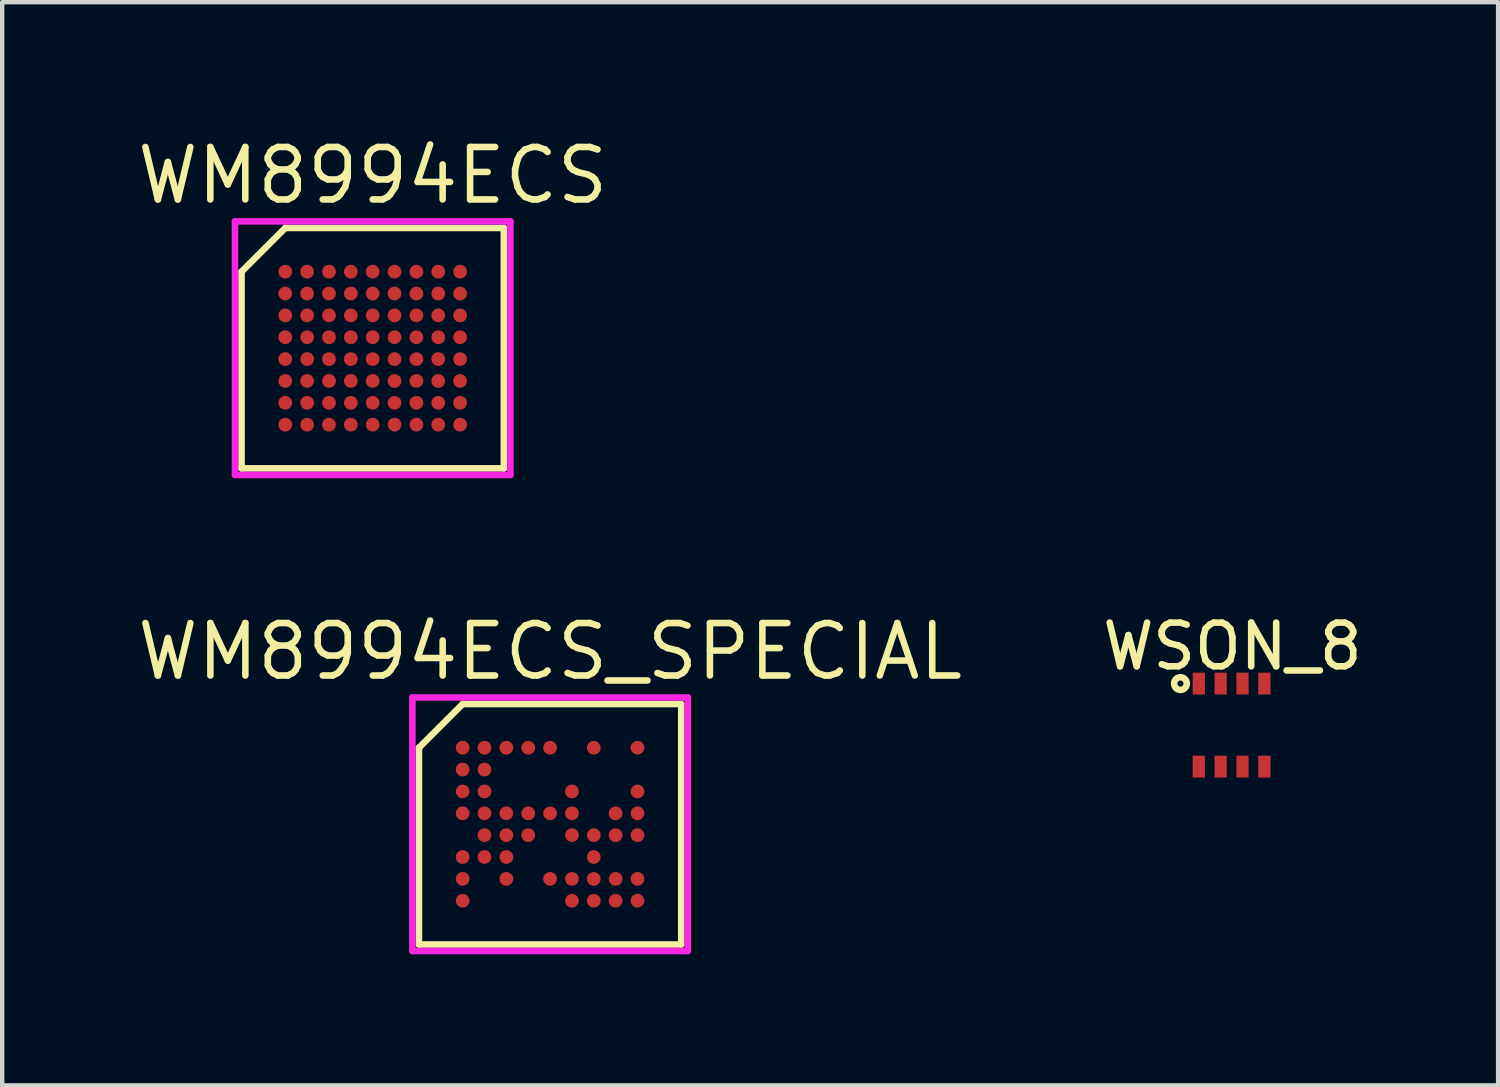
<source format=kicad_pcb>
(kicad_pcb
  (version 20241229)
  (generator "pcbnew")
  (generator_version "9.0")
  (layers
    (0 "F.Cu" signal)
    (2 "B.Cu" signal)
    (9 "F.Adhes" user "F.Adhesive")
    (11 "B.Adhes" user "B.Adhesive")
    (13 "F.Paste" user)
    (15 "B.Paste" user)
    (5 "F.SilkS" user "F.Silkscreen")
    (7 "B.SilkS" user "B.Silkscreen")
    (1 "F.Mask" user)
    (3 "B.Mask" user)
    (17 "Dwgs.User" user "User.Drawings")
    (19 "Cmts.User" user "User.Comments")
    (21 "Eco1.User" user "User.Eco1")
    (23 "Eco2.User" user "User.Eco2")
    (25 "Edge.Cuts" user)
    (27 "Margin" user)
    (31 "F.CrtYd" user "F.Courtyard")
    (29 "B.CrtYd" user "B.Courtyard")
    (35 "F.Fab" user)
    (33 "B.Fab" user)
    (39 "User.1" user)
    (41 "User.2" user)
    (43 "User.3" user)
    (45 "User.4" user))
  (footprint "WSON_8"
    (layer "F.Cu")
    (at 24.375 12.588)
    (property "Reference" "WSON_8" (at 0.77 -0.85 0) (layer "F.SilkS") (effects (font (size 1 1) (thickness 0.15))))
    (attr through_hole)
    (fp_circle (center -0.42 0) (end -0.35 0) (stroke (width 0.15) (type solid)) (fill no) (layer "F.SilkS"))
    (pad "1" smd rect (at 0 0) (size 0.28 0.5) (layers "F.Cu" "F.Mask" "F.Paste"))
    (pad "2" smd rect (at 0.5 0) (size 0.28 0.5) (layers "F.Cu" "F.Mask" "F.Paste"))
    (pad "3" smd rect (at 1 0) (size 0.28 0.5) (layers "F.Cu" "F.Mask" "F.Paste"))
    (pad "4" smd rect (at 1.5 0) (size 0.28 0.5) (layers "F.Cu" "F.Mask" "F.Paste"))
    (pad "5" smd rect (at 1.5 1.9) (size 0.28 0.5) (layers "F.Cu" "F.Mask" "F.Paste"))
    (pad "6" smd rect (at 1 1.9) (size 0.28 0.5) (layers "F.Cu" "F.Mask" "F.Paste"))
    (pad "7" smd rect (at 0.5 1.9) (size 0.28 0.5) (layers "F.Cu" "F.Mask" "F.Paste"))
    (pad "8" smd rect (at 0 1.9) (size 0.28 0.5) (layers "F.Cu" "F.Mask" "F.Paste")))
  (footprint "WM8994ECS"
    (layer "F.Cu")
    (at 5.476 4.915)
    (property "Reference" "WM8994ECS" (at 0 -3.95 0) (layer "F.SilkS") (effects (font (size 1.2 1.2) (thickness 0.15))))
    (attr through_hole)
    (fp_line (start -3 -1.75) (end -3 2.75) (stroke (width 0.15) (type solid)) (layer "F.SilkS"))
    (fp_line (start -3 2.75) (end 3 2.75) (stroke (width 0.15) (type solid)) (layer "F.SilkS"))
    (fp_line (start -2 -2.75) (end -3 -1.75) (stroke (width 0.15) (type solid)) (layer "F.SilkS"))
    (fp_line (start 3 -2.75) (end -2 -2.75) (stroke (width 0.15) (type solid)) (layer "F.SilkS"))
    (fp_line (start 3 2.75) (end 3 -2.75) (stroke (width 0.15) (type solid)) (layer "F.SilkS"))
    (fp_line (start -3.15 -2.9) (end 3.15 -2.9) (stroke (width 0.15) (type solid)) (layer "F.CrtYd"))
    (fp_line (start -3.15 2.9) (end -3.15 -2.9) (stroke (width 0.15) (type solid)) (layer "F.CrtYd"))
    (fp_line (start 3.15 -2.9) (end 3.15 2.9) (stroke (width 0.15) (type solid)) (layer "F.CrtYd"))
    (fp_line (start 3.15 2.9) (end -3.15 2.9) (stroke (width 0.15) (type solid)) (layer "F.CrtYd"))
    (pad "A1" smd circle (at -2 -1.75) (size 0.314 0.314) (layers "F.Cu" "F.Mask" "F.Paste"))
    (pad "A2" smd circle (at -1.5 -1.75) (size 0.314 0.314) (layers "F.Cu" "F.Mask" "F.Paste"))
    (pad "A3" smd circle (at -1 -1.75) (size 0.314 0.314) (layers "F.Cu" "F.Mask" "F.Paste"))
    (pad "A4" smd circle (at -0.5 -1.75) (size 0.314 0.314) (layers "F.Cu" "F.Mask" "F.Paste"))
    (pad "A5" smd circle (at 0 -1.75) (size 0.314 0.314) (layers "F.Cu" "F.Mask" "F.Paste"))
    (pad "A6" smd circle (at 0.5 -1.75) (size 0.314 0.314) (layers "F.Cu" "F.Mask" "F.Paste"))
    (pad "A7" smd circle (at 1 -1.75) (size 0.314 0.314) (layers "F.Cu" "F.Mask" "F.Paste"))
    (pad "A8" smd circle (at 1.5 -1.75) (size 0.314 0.314) (layers "F.Cu" "F.Mask" "F.Paste"))
    (pad "A9" smd circle (at 2 -1.75) (size 0.314 0.314) (layers "F.Cu" "F.Mask" "F.Paste"))
    (pad "B1" smd circle (at -2 -1.25) (size 0.314 0.314) (layers "F.Cu" "F.Mask" "F.Paste"))
    (pad "B2" smd circle (at -1.5 -1.25) (size 0.314 0.314) (layers "F.Cu" "F.Mask" "F.Paste"))
    (pad "B3" smd circle (at -1 -1.25) (size 0.314 0.314) (layers "F.Cu" "F.Mask" "F.Paste"))
    (pad "B4" smd circle (at -0.5 -1.25) (size 0.314 0.314) (layers "F.Cu" "F.Mask" "F.Paste"))
    (pad "B5" smd circle (at 0 -1.25) (size 0.314 0.314) (layers "F.Cu" "F.Mask" "F.Paste"))
    (pad "B6" smd circle (at 0.5 -1.25) (size 0.314 0.314) (layers "F.Cu" "F.Mask" "F.Paste"))
    (pad "B7" smd circle (at 1 -1.25) (size 0.314 0.314) (layers "F.Cu" "F.Mask" "F.Paste"))
    (pad "B8" smd circle (at 1.5 -1.25) (size 0.314 0.314) (layers "F.Cu" "F.Mask" "F.Paste"))
    (pad "B9" smd circle (at 2 -1.25) (size 0.314 0.314) (layers "F.Cu" "F.Mask" "F.Paste"))
    (pad "C1" smd circle (at -2 -0.75) (size 0.314 0.314) (layers "F.Cu" "F.Mask" "F.Paste"))
    (pad "C2" smd circle (at -1.5 -0.75) (size 0.314 0.314) (layers "F.Cu" "F.Mask" "F.Paste"))
    (pad "C3" smd circle (at -1 -0.75) (size 0.314 0.314) (layers "F.Cu" "F.Mask" "F.Paste"))
    (pad "C4" smd circle (at -0.5 -0.75) (size 0.314 0.314) (layers "F.Cu" "F.Mask" "F.Paste"))
    (pad "C5" smd circle (at 0 -0.75) (size 0.314 0.314) (layers "F.Cu" "F.Mask" "F.Paste"))
    (pad "C6" smd circle (at 0.5 -0.75) (size 0.314 0.314) (layers "F.Cu" "F.Mask" "F.Paste"))
    (pad "C7" smd circle (at 1 -0.75) (size 0.314 0.314) (layers "F.Cu" "F.Mask" "F.Paste"))
    (pad "C8" smd circle (at 1.5 -0.75) (size 0.314 0.314) (layers "F.Cu" "F.Mask" "F.Paste"))
    (pad "C9" smd circle (at 2 -0.75) (size 0.314 0.314) (layers "F.Cu" "F.Mask" "F.Paste"))
    (pad "D1" smd circle (at -2 -0.25) (size 0.314 0.314) (layers "F.Cu" "F.Mask" "F.Paste"))
    (pad "D2" smd circle (at -1.5 -0.25) (size 0.314 0.314) (layers "F.Cu" "F.Mask" "F.Paste"))
    (pad "D3" smd circle (at -1 -0.25) (size 0.314 0.314) (layers "F.Cu" "F.Mask" "F.Paste"))
    (pad "D4" smd circle (at -0.5 -0.25) (size 0.314 0.314) (layers "F.Cu" "F.Mask" "F.Paste"))
    (pad "D5" smd circle (at 0 -0.25) (size 0.314 0.314) (layers "F.Cu" "F.Mask" "F.Paste"))
    (pad "D6" smd circle (at 0.5 -0.25) (size 0.314 0.314) (layers "F.Cu" "F.Mask" "F.Paste"))
    (pad "D7" smd circle (at 1 -0.25) (size 0.314 0.314) (layers "F.Cu" "F.Mask" "F.Paste"))
    (pad "D8" smd circle (at 1.5 -0.25) (size 0.314 0.314) (layers "F.Cu" "F.Mask" "F.Paste"))
    (pad "D9" smd circle (at 2 -0.25) (size 0.314 0.314) (layers "F.Cu" "F.Mask" "F.Paste"))
    (pad "E1" smd circle (at -2 0.25) (size 0.314 0.314) (layers "F.Cu" "F.Mask" "F.Paste"))
    (pad "E2" smd circle (at -1.5 0.25) (size 0.314 0.314) (layers "F.Cu" "F.Mask" "F.Paste"))
    (pad "E3" smd circle (at -1 0.25) (size 0.314 0.314) (layers "F.Cu" "F.Mask" "F.Paste"))
    (pad "E4" smd circle (at -0.5 0.25) (size 0.314 0.314) (layers "F.Cu" "F.Mask" "F.Paste"))
    (pad "E5" smd circle (at 0 0.25) (size 0.314 0.314) (layers "F.Cu" "F.Mask" "F.Paste"))
    (pad "E6" smd circle (at 0.5 0.25) (size 0.314 0.314) (layers "F.Cu" "F.Mask" "F.Paste"))
    (pad "E7" smd circle (at 1 0.25) (size 0.314 0.314) (layers "F.Cu" "F.Mask" "F.Paste"))
    (pad "E8" smd circle (at 1.5 0.25) (size 0.314 0.314) (layers "F.Cu" "F.Mask" "F.Paste"))
    (pad "E9" smd circle (at 2 0.25) (size 0.314 0.314) (layers "F.Cu" "F.Mask" "F.Paste"))
    (pad "F1" smd circle (at -2 0.75) (size 0.314 0.314) (layers "F.Cu" "F.Mask" "F.Paste"))
    (pad "F2" smd circle (at -1.5 0.75) (size 0.314 0.314) (layers "F.Cu" "F.Mask" "F.Paste"))
    (pad "F3" smd circle (at -1 0.75) (size 0.314 0.314) (layers "F.Cu" "F.Mask" "F.Paste"))
    (pad "F4" smd circle (at -0.5 0.75) (size 0.314 0.314) (layers "F.Cu" "F.Mask" "F.Paste"))
    (pad "F5" smd circle (at 0 0.75) (size 0.314 0.314) (layers "F.Cu" "F.Mask" "F.Paste"))
    (pad "F6" smd circle (at 0.5 0.75) (size 0.314 0.314) (layers "F.Cu" "F.Mask" "F.Paste"))
    (pad "F7" smd circle (at 1 0.75) (size 0.314 0.314) (layers "F.Cu" "F.Mask" "F.Paste"))
    (pad "F8" smd circle (at 1.5 0.75) (size 0.314 0.314) (layers "F.Cu" "F.Mask" "F.Paste"))
    (pad "F9" smd circle (at 2 0.75) (size 0.314 0.314) (layers "F.Cu" "F.Mask" "F.Paste"))
    (pad "G1" smd circle (at -2 1.25) (size 0.314 0.314) (layers "F.Cu" "F.Mask" "F.Paste"))
    (pad "G2" smd circle (at -1.5 1.25) (size 0.314 0.314) (layers "F.Cu" "F.Mask" "F.Paste"))
    (pad "G3" smd circle (at -1 1.25) (size 0.314 0.314) (layers "F.Cu" "F.Mask" "F.Paste"))
    (pad "G4" smd circle (at -0.5 1.25) (size 0.314 0.314) (layers "F.Cu" "F.Mask" "F.Paste"))
    (pad "G5" smd circle (at 0 1.25) (size 0.314 0.314) (layers "F.Cu" "F.Mask" "F.Paste"))
    (pad "G6" smd circle (at 0.5 1.25) (size 0.314 0.314) (layers "F.Cu" "F.Mask" "F.Paste"))
    (pad "G7" smd circle (at 1 1.25) (size 0.314 0.314) (layers "F.Cu" "F.Mask" "F.Paste"))
    (pad "G8" smd circle (at 1.5 1.25) (size 0.314 0.314) (layers "F.Cu" "F.Mask" "F.Paste"))
    (pad "G9" smd circle (at 2 1.25) (size 0.314 0.314) (layers "F.Cu" "F.Mask" "F.Paste"))
    (pad "H1" smd circle (at -2 1.75) (size 0.314 0.314) (layers "F.Cu" "F.Mask" "F.Paste"))
    (pad "H2" smd circle (at -1.5 1.75) (size 0.314 0.314) (layers "F.Cu" "F.Mask" "F.Paste"))
    (pad "H3" smd circle (at -1 1.75) (size 0.314 0.314) (layers "F.Cu" "F.Mask" "F.Paste"))
    (pad "H4" smd circle (at -0.5 1.75) (size 0.314 0.314) (layers "F.Cu" "F.Mask" "F.Paste"))
    (pad "H5" smd circle (at 0 1.75) (size 0.314 0.314) (layers "F.Cu" "F.Mask" "F.Paste"))
    (pad "H6" smd circle (at 0.5 1.75) (size 0.314 0.314) (layers "F.Cu" "F.Mask" "F.Paste"))
    (pad "H7" smd circle (at 1 1.75) (size 0.314 0.314) (layers "F.Cu" "F.Mask" "F.Paste"))
    (pad "H8" smd circle (at 1.5 1.75) (size 0.314 0.314) (layers "F.Cu" "F.Mask" "F.Paste"))
    (pad "H9" smd circle (at 2 1.75) (size 0.314 0.314) (layers "F.Cu" "F.Mask" "F.Paste")))
  (footprint "WM8994ECS_SPECIAL"
    (layer "F.Cu")
    (at 9.534 15.806)
    (property "Reference" "WM8994ECS_SPECIAL" (at 0 -3.95 0) (layer "F.SilkS") (effects (font (size 1.2 1.2) (thickness 0.15))))
    (attr through_hole)
    (fp_line (start -3 -1.75) (end -3 2.75) (stroke (width 0.15) (type solid)) (layer "F.SilkS"))
    (fp_line (start -3 2.75) (end 3 2.75) (stroke (width 0.15) (type solid)) (layer "F.SilkS"))
    (fp_line (start -2 -2.75) (end -3 -1.75) (stroke (width 0.15) (type solid)) (layer "F.SilkS"))
    (fp_line (start 3 -2.75) (end -2 -2.75) (stroke (width 0.15) (type solid)) (layer "F.SilkS"))
    (fp_line (start 3 2.75) (end 3 -2.75) (stroke (width 0.15) (type solid)) (layer "F.SilkS"))
    (fp_line (start -3.15 -2.9) (end 3.15 -2.9) (stroke (width 0.15) (type solid)) (layer "F.CrtYd"))
    (fp_line (start -3.15 2.9) (end -3.15 -2.9) (stroke (width 0.15) (type solid)) (layer "F.CrtYd"))
    (fp_line (start 3.15 -2.9) (end 3.15 2.9) (stroke (width 0.15) (type solid)) (layer "F.CrtYd"))
    (fp_line (start 3.15 2.9) (end -3.15 2.9) (stroke (width 0.15) (type solid)) (layer "F.CrtYd"))
    (pad "A1" smd circle (at -2 -1.75) (size 0.314 0.314) (layers "F.Cu" "F.Mask" "F.Paste"))
    (pad "A2" smd circle (at -1.5 -1.75) (size 0.314 0.314) (layers "F.Cu" "F.Mask" "F.Paste"))
    (pad "A3" smd circle (at -1 -1.75) (size 0.314 0.314) (layers "F.Cu" "F.Mask" "F.Paste"))
    (pad "A4" smd circle (at -0.5 -1.75) (size 0.314 0.314) (layers "F.Cu" "F.Mask" "F.Paste"))
    (pad "A5" smd circle (at 0 -1.75) (size 0.314 0.314) (layers "F.Cu" "F.Mask" "F.Paste"))
    (pad "A7" smd circle (at 1 -1.75) (size 0.314 0.314) (layers "F.Cu" "F.Mask" "F.Paste"))
    (pad "A9" smd circle (at 2 -1.75) (size 0.314 0.314) (layers "F.Cu" "F.Mask" "F.Paste"))
    (pad "B1" smd circle (at -2 -1.25) (size 0.314 0.314) (layers "F.Cu" "F.Mask" "F.Paste"))
    (pad "B2" smd circle (at -1.5 -1.25) (size 0.314 0.314) (layers "F.Cu" "F.Mask" "F.Paste"))
    (pad "C1" smd circle (at -2 -0.75) (size 0.314 0.314) (layers "F.Cu" "F.Mask" "F.Paste"))
    (pad "C2" smd circle (at -1.5 -0.75) (size 0.314 0.314) (layers "F.Cu" "F.Mask" "F.Paste"))
    (pad "C6" smd circle (at 0.5 -0.75) (size 0.314 0.314) (layers "F.Cu" "F.Mask" "F.Paste"))
    (pad "C9" smd circle (at 2 -0.75) (size 0.314 0.314) (layers "F.Cu" "F.Mask" "F.Paste"))
    (pad "D1" smd circle (at -2 -0.25) (size 0.314 0.314) (layers "F.Cu" "F.Mask" "F.Paste"))
    (pad "D2" smd circle (at -1.5 -0.25) (size 0.314 0.314) (layers "F.Cu" "F.Mask" "F.Paste"))
    (pad "D3" smd circle (at -1 -0.25) (size 0.314 0.314) (layers "F.Cu" "F.Mask" "F.Paste"))
    (pad "D4" smd circle (at -0.5 -0.25) (size 0.314 0.314) (layers "F.Cu" "F.Mask" "F.Paste"))
    (pad "D5" smd circle (at 0 -0.25) (size 0.314 0.314) (layers "F.Cu" "F.Mask" "F.Paste"))
    (pad "D6" smd circle (at 0.5 -0.25) (size 0.314 0.314) (layers "F.Cu" "F.Mask" "F.Paste"))
    (pad "D8" smd circle (at 1.5 -0.25) (size 0.314 0.314) (layers "F.Cu" "F.Mask" "F.Paste"))
    (pad "D9" smd circle (at 2 -0.25) (size 0.314 0.314) (layers "F.Cu" "F.Mask" "F.Paste"))
    (pad "E2" smd circle (at -1.5 0.25) (size 0.314 0.314) (layers "F.Cu" "F.Mask" "F.Paste"))
    (pad "E3" smd circle (at -1 0.25) (size 0.314 0.314) (layers "F.Cu" "F.Mask" "F.Paste"))
    (pad "E4" smd circle (at -0.5 0.25) (size 0.314 0.314) (layers "F.Cu" "F.Mask" "F.Paste"))
    (pad "E6" smd circle (at 0.5 0.25) (size 0.314 0.314) (layers "F.Cu" "F.Mask" "F.Paste"))
    (pad "E7" smd circle (at 1 0.25) (size 0.314 0.314) (layers "F.Cu" "F.Mask" "F.Paste"))
    (pad "E8" smd circle (at 1.5 0.25) (size 0.314 0.314) (layers "F.Cu" "F.Mask" "F.Paste"))
    (pad "E9" smd circle (at 2 0.25) (size 0.314 0.314) (layers "F.Cu" "F.Mask" "F.Paste"))
    (pad "F1" smd circle (at -2 0.75) (size 0.314 0.314) (layers "F.Cu" "F.Mask" "F.Paste"))
    (pad "F2" smd circle (at -1.5 0.75) (size 0.314 0.314) (layers "F.Cu" "F.Mask" "F.Paste"))
    (pad "F3" smd circle (at -1 0.75) (size 0.314 0.314) (layers "F.Cu" "F.Mask" "F.Paste"))
    (pad "F7" smd circle (at 1 0.75) (size 0.314 0.314) (layers "F.Cu" "F.Mask" "F.Paste"))
    (pad "G1" smd circle (at -2 1.25) (size 0.314 0.314) (layers "F.Cu" "F.Mask" "F.Paste"))
    (pad "G3" smd circle (at -1 1.25) (size 0.314 0.314) (layers "F.Cu" "F.Mask" "F.Paste"))
    (pad "G5" smd circle (at 0 1.25) (size 0.314 0.314) (layers "F.Cu" "F.Mask" "F.Paste"))
    (pad "G6" smd circle (at 0.5 1.25) (size 0.314 0.314) (layers "F.Cu" "F.Mask" "F.Paste"))
    (pad "G7" smd circle (at 1 1.25) (size 0.314 0.314) (layers "F.Cu" "F.Mask" "F.Paste"))
    (pad "G8" smd circle (at 1.5 1.25) (size 0.314 0.314) (layers "F.Cu" "F.Mask" "F.Paste"))
    (pad "G9" smd circle (at 2 1.25) (size 0.314 0.314) (layers "F.Cu" "F.Mask" "F.Paste"))
    (pad "H1" smd circle (at -2 1.75) (size 0.314 0.314) (layers "F.Cu" "F.Mask" "F.Paste"))
    (pad "H6" smd circle (at 0.5 1.75) (size 0.314 0.314) (layers "F.Cu" "F.Mask" "F.Paste"))
    (pad "H7" smd circle (at 1 1.75) (size 0.314 0.314) (layers "F.Cu" "F.Mask" "F.Paste"))
    (pad "H8" smd circle (at 1.5 1.75) (size 0.314 0.314) (layers "F.Cu" "F.Mask" "F.Paste"))
    (pad "H9" smd circle (at 2 1.75) (size 0.314 0.314) (layers "F.Cu" "F.Mask" "F.Paste")))
  (gr_rect
    (start -3 -3)
    (end 31.222 21.78)
    (stroke (width 0.1) (type default))
    (fill no)
    (layer "Edge.Cuts")))
</source>
